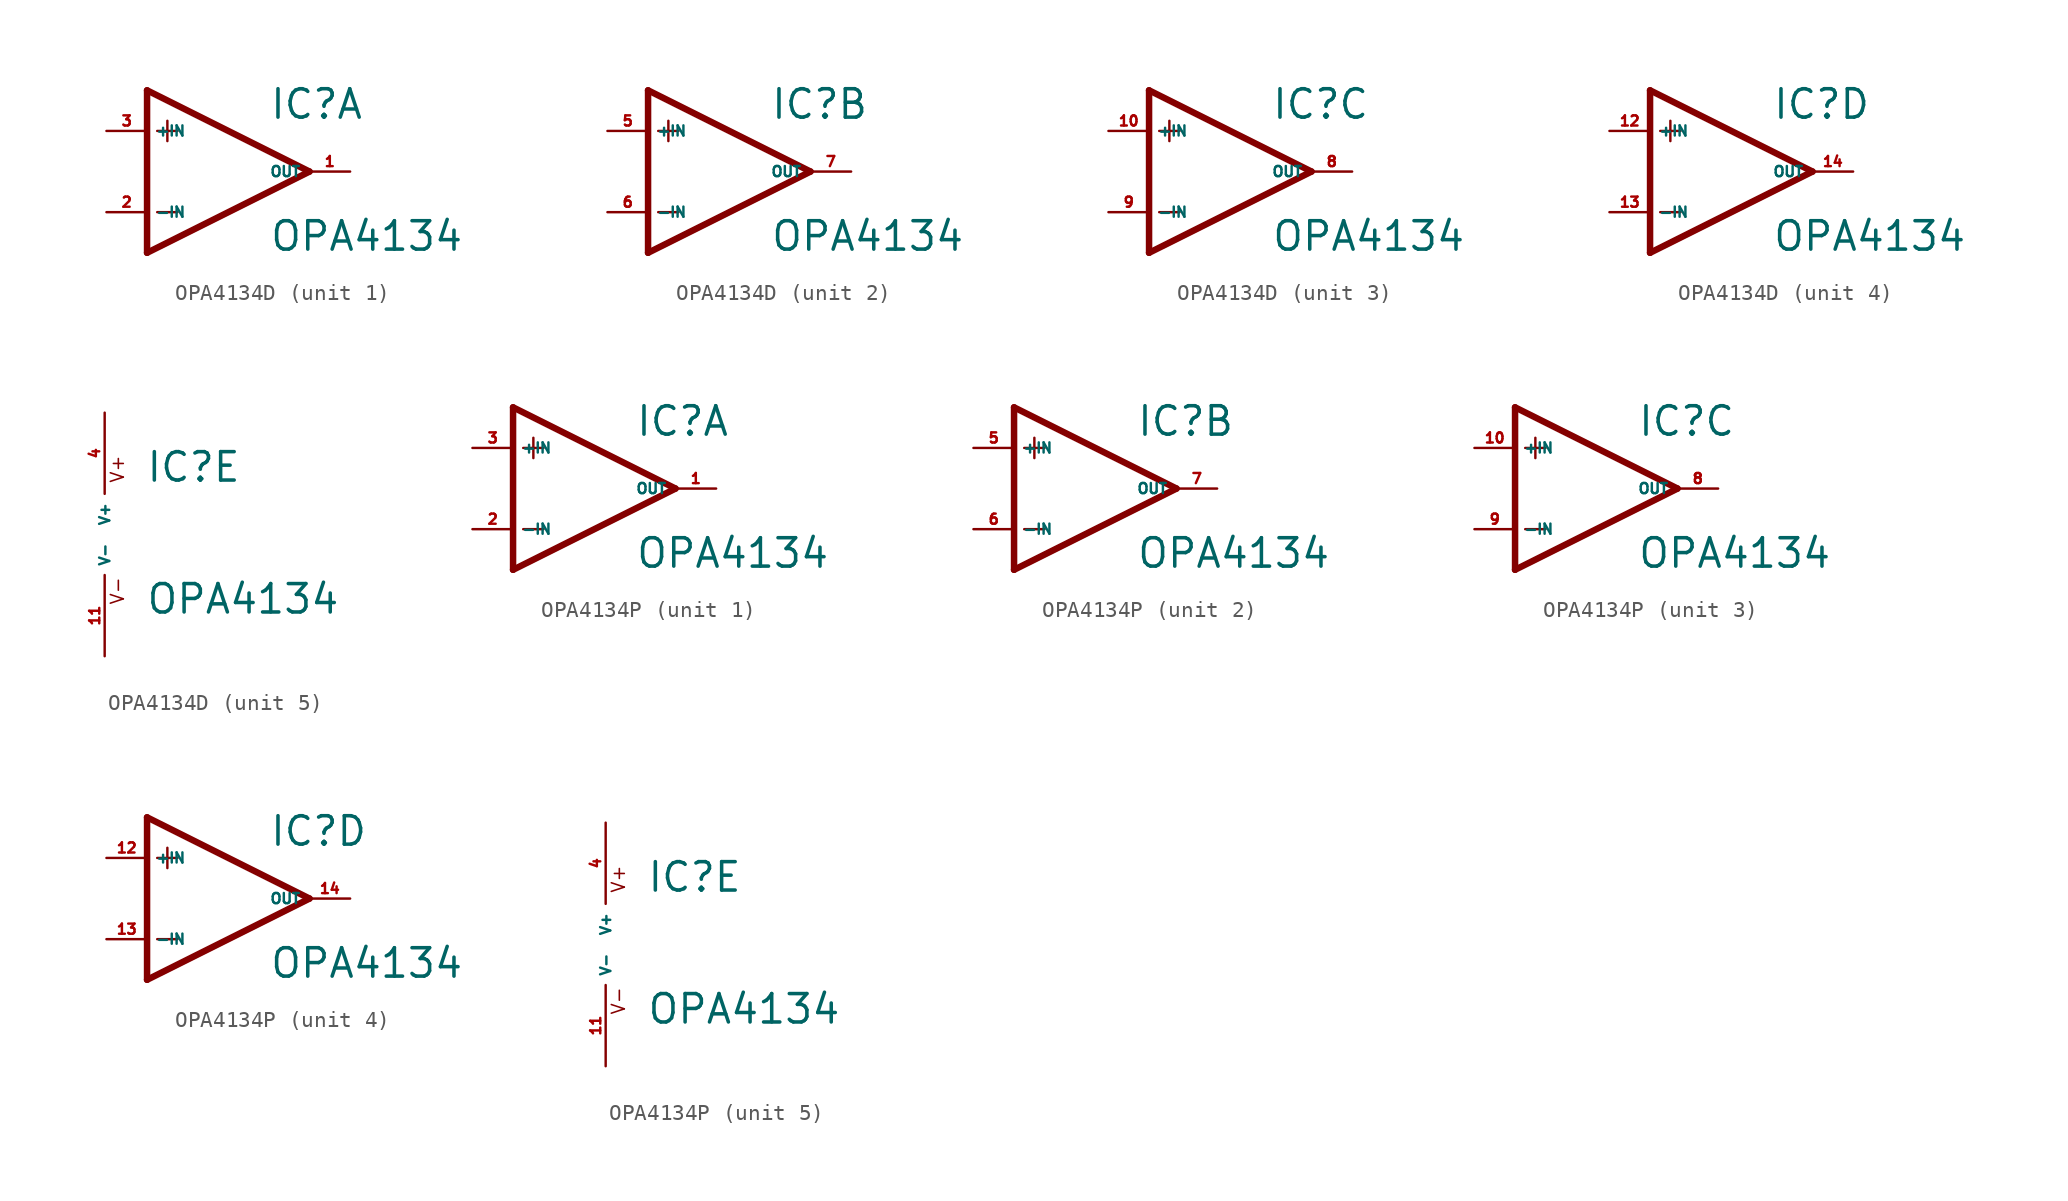
<source format=kicad_sym>
(kicad_symbol_lib
  (version 20220914)
  (generator Eagle2Kicad)
  (symbol "OPA4134D"
    (property "Reference" "IC"
      (at 2.54 3.175 0)
      (effects (font (size 1.778 1.778) (thickness 0.22)) (justify left bottom)))
    (property "Value" "OPA4134"
      (at 2.54 -5.08 0)
      (effects (font (size 1.778 1.778) (thickness 0.22)) (justify left bottom)))
    (symbol "OPA4134D_1_0"
      (polyline (pts (xy -5.08 5.08) (xy -5.08 -5.08)) (stroke (width 0.406) (type default)) (fill (type none)))
      (polyline (pts (xy -5.08 -5.08) (xy 5.08 0)) (stroke (width 0.406) (type default)) (fill (type none)))
      (polyline (pts (xy 5.08 0) (xy -5.08 5.08)) (stroke (width 0.406) (type default)) (fill (type none)))
      (polyline (pts (xy -3.81 3.175) (xy -3.81 1.905)) (stroke (width 0.152) (type default)) (fill (type none)))
      (polyline (pts (xy -4.445 2.54) (xy -3.175 2.54)) (stroke (width 0.152) (type default)) (fill (type none)))
      (polyline (pts (xy -4.445 -2.54) (xy -3.175 -2.54)) (stroke (width 0.152) (type default)) (fill (type none)))
      (pin input line (at -7.62 -2.54 0) (length 2.54) (name "-IN" (effects (font (size 0.635 0.635) (thickness 0.08)) (justify left bottom))) (number "2" (effects (font (size 0.635 0.635) (thickness 0.08)) (justify left bottom))))
      (pin input line (at -7.62 2.54 0) (length 2.54) (name "+IN" (effects (font (size 0.635 0.635) (thickness 0.08)) (justify left bottom))) (number "3" (effects (font (size 0.635 0.635) (thickness 0.08)) (justify left bottom))))
      (pin output line (at 7.62 0 180) (length 2.54) (name "OUT" (effects (font (size 0.635 0.635) (thickness 0.08)) (justify left bottom))) (number "1" (effects (font (size 0.635 0.635) (thickness 0.08)) (justify left bottom)))))
    (symbol "OPA4134D_2_0"
      (polyline (pts (xy -5.08 5.08) (xy -5.08 -5.08)) (stroke (width 0.406) (type default)) (fill (type none)))
      (polyline (pts (xy -5.08 -5.08) (xy 5.08 0)) (stroke (width 0.406) (type default)) (fill (type none)))
      (polyline (pts (xy 5.08 0) (xy -5.08 5.08)) (stroke (width 0.406) (type default)) (fill (type none)))
      (polyline (pts (xy -3.81 3.175) (xy -3.81 1.905)) (stroke (width 0.152) (type default)) (fill (type none)))
      (polyline (pts (xy -4.445 2.54) (xy -3.175 2.54)) (stroke (width 0.152) (type default)) (fill (type none)))
      (polyline (pts (xy -4.445 -2.54) (xy -3.175 -2.54)) (stroke (width 0.152) (type default)) (fill (type none)))
      (pin input line (at -7.62 -2.54 0) (length 2.54) (name "-IN" (effects (font (size 0.635 0.635) (thickness 0.08)) (justify left bottom))) (number "6" (effects (font (size 0.635 0.635) (thickness 0.08)) (justify left bottom))))
      (pin input line (at -7.62 2.54 0) (length 2.54) (name "+IN" (effects (font (size 0.635 0.635) (thickness 0.08)) (justify left bottom))) (number "5" (effects (font (size 0.635 0.635) (thickness 0.08)) (justify left bottom))))
      (pin output line (at 7.62 0 180) (length 2.54) (name "OUT" (effects (font (size 0.635 0.635) (thickness 0.08)) (justify left bottom))) (number "7" (effects (font (size 0.635 0.635) (thickness 0.08)) (justify left bottom)))))
    (symbol "OPA4134D_3_0"
      (polyline (pts (xy -5.08 5.08) (xy -5.08 -5.08)) (stroke (width 0.406) (type default)) (fill (type none)))
      (polyline (pts (xy -5.08 -5.08) (xy 5.08 0)) (stroke (width 0.406) (type default)) (fill (type none)))
      (polyline (pts (xy 5.08 0) (xy -5.08 5.08)) (stroke (width 0.406) (type default)) (fill (type none)))
      (polyline (pts (xy -3.81 3.175) (xy -3.81 1.905)) (stroke (width 0.152) (type default)) (fill (type none)))
      (polyline (pts (xy -4.445 2.54) (xy -3.175 2.54)) (stroke (width 0.152) (type default)) (fill (type none)))
      (polyline (pts (xy -4.445 -2.54) (xy -3.175 -2.54)) (stroke (width 0.152) (type default)) (fill (type none)))
      (pin input line (at -7.62 -2.54 0) (length 2.54) (name "-IN" (effects (font (size 0.635 0.635) (thickness 0.08)) (justify left bottom))) (number "9" (effects (font (size 0.635 0.635) (thickness 0.08)) (justify left bottom))))
      (pin input line (at -7.62 2.54 0) (length 2.54) (name "+IN" (effects (font (size 0.635 0.635) (thickness 0.08)) (justify left bottom))) (number "10" (effects (font (size 0.635 0.635) (thickness 0.08)) (justify left bottom))))
      (pin output line (at 7.62 0 180) (length 2.54) (name "OUT" (effects (font (size 0.635 0.635) (thickness 0.08)) (justify left bottom))) (number "8" (effects (font (size 0.635 0.635) (thickness 0.08)) (justify left bottom)))))
    (symbol "OPA4134D_4_0"
      (polyline (pts (xy -5.08 5.08) (xy -5.08 -5.08)) (stroke (width 0.406) (type default)) (fill (type none)))
      (polyline (pts (xy -5.08 -5.08) (xy 5.08 0)) (stroke (width 0.406) (type default)) (fill (type none)))
      (polyline (pts (xy 5.08 0) (xy -5.08 5.08)) (stroke (width 0.406) (type default)) (fill (type none)))
      (polyline (pts (xy -3.81 3.175) (xy -3.81 1.905)) (stroke (width 0.152) (type default)) (fill (type none)))
      (polyline (pts (xy -4.445 2.54) (xy -3.175 2.54)) (stroke (width 0.152) (type default)) (fill (type none)))
      (polyline (pts (xy -4.445 -2.54) (xy -3.175 -2.54)) (stroke (width 0.152) (type default)) (fill (type none)))
      (pin input line (at -7.62 -2.54 0) (length 2.54) (name "-IN" (effects (font (size 0.635 0.635) (thickness 0.08)) (justify left bottom))) (number "13" (effects (font (size 0.635 0.635) (thickness 0.08)) (justify left bottom))))
      (pin input line (at -7.62 2.54 0) (length 2.54) (name "+IN" (effects (font (size 0.635 0.635) (thickness 0.08)) (justify left bottom))) (number "12" (effects (font (size 0.635 0.635) (thickness 0.08)) (justify left bottom))))
      (pin output line (at 7.62 0 180) (length 2.54) (name "OUT" (effects (font (size 0.635 0.635) (thickness 0.08)) (justify left bottom))) (number "14" (effects (font (size 0.635 0.635) (thickness 0.08)) (justify left bottom)))))
    (symbol "OPA4134D_5_0"
      (text "V+" (at 1.27 3.175 900) (effects (font (size 0.813 0.813) (thickness 0.10)) (justify left bottom)))
      (text "V-" (at 1.27 -4.445 900) (effects (font (size 0.813 0.813) (thickness 0.10)) (justify left bottom)))
      (pin unspecified line (at 0 7.62 270) (length 5.08) (name "V+" (effects (font (size 0.635 0.635) (thickness 0.08)) (justify left bottom))) (number "4" (effects (font (size 0.635 0.635) (thickness 0.08)) (justify left bottom))))
      (pin unspecified line (at 0 -7.62 90) (length 5.08) (name "V-" (effects (font (size 0.635 0.635) (thickness 0.08)) (justify left bottom))) (number "11" (effects (font (size 0.635 0.635) (thickness 0.08)) (justify left bottom))))))
  (symbol "OPA4134P"
    (property "Reference" "IC"
      (at 2.54 3.175 0)
      (effects (font (size 1.778 1.778) (thickness 0.22)) (justify left bottom)))
    (property "Value" "OPA4134"
      (at 2.54 -5.08 0)
      (effects (font (size 1.778 1.778) (thickness 0.22)) (justify left bottom)))
    (symbol "OPA4134P_1_0"
      (polyline (pts (xy -5.08 5.08) (xy -5.08 -5.08)) (stroke (width 0.406) (type default)) (fill (type none)))
      (polyline (pts (xy -5.08 -5.08) (xy 5.08 0)) (stroke (width 0.406) (type default)) (fill (type none)))
      (polyline (pts (xy 5.08 0) (xy -5.08 5.08)) (stroke (width 0.406) (type default)) (fill (type none)))
      (polyline (pts (xy -3.81 3.175) (xy -3.81 1.905)) (stroke (width 0.152) (type default)) (fill (type none)))
      (polyline (pts (xy -4.445 2.54) (xy -3.175 2.54)) (stroke (width 0.152) (type default)) (fill (type none)))
      (polyline (pts (xy -4.445 -2.54) (xy -3.175 -2.54)) (stroke (width 0.152) (type default)) (fill (type none)))
      (pin input line (at -7.62 -2.54 0) (length 2.54) (name "-IN" (effects (font (size 0.635 0.635) (thickness 0.08)) (justify left bottom))) (number "2" (effects (font (size 0.635 0.635) (thickness 0.08)) (justify left bottom))))
      (pin input line (at -7.62 2.54 0) (length 2.54) (name "+IN" (effects (font (size 0.635 0.635) (thickness 0.08)) (justify left bottom))) (number "3" (effects (font (size 0.635 0.635) (thickness 0.08)) (justify left bottom))))
      (pin output line (at 7.62 0 180) (length 2.54) (name "OUT" (effects (font (size 0.635 0.635) (thickness 0.08)) (justify left bottom))) (number "1" (effects (font (size 0.635 0.635) (thickness 0.08)) (justify left bottom)))))
    (symbol "OPA4134P_2_0"
      (polyline (pts (xy -5.08 5.08) (xy -5.08 -5.08)) (stroke (width 0.406) (type default)) (fill (type none)))
      (polyline (pts (xy -5.08 -5.08) (xy 5.08 0)) (stroke (width 0.406) (type default)) (fill (type none)))
      (polyline (pts (xy 5.08 0) (xy -5.08 5.08)) (stroke (width 0.406) (type default)) (fill (type none)))
      (polyline (pts (xy -3.81 3.175) (xy -3.81 1.905)) (stroke (width 0.152) (type default)) (fill (type none)))
      (polyline (pts (xy -4.445 2.54) (xy -3.175 2.54)) (stroke (width 0.152) (type default)) (fill (type none)))
      (polyline (pts (xy -4.445 -2.54) (xy -3.175 -2.54)) (stroke (width 0.152) (type default)) (fill (type none)))
      (pin input line (at -7.62 -2.54 0) (length 2.54) (name "-IN" (effects (font (size 0.635 0.635) (thickness 0.08)) (justify left bottom))) (number "6" (effects (font (size 0.635 0.635) (thickness 0.08)) (justify left bottom))))
      (pin input line (at -7.62 2.54 0) (length 2.54) (name "+IN" (effects (font (size 0.635 0.635) (thickness 0.08)) (justify left bottom))) (number "5" (effects (font (size 0.635 0.635) (thickness 0.08)) (justify left bottom))))
      (pin output line (at 7.62 0 180) (length 2.54) (name "OUT" (effects (font (size 0.635 0.635) (thickness 0.08)) (justify left bottom))) (number "7" (effects (font (size 0.635 0.635) (thickness 0.08)) (justify left bottom)))))
    (symbol "OPA4134P_3_0"
      (polyline (pts (xy -5.08 5.08) (xy -5.08 -5.08)) (stroke (width 0.406) (type default)) (fill (type none)))
      (polyline (pts (xy -5.08 -5.08) (xy 5.08 0)) (stroke (width 0.406) (type default)) (fill (type none)))
      (polyline (pts (xy 5.08 0) (xy -5.08 5.08)) (stroke (width 0.406) (type default)) (fill (type none)))
      (polyline (pts (xy -3.81 3.175) (xy -3.81 1.905)) (stroke (width 0.152) (type default)) (fill (type none)))
      (polyline (pts (xy -4.445 2.54) (xy -3.175 2.54)) (stroke (width 0.152) (type default)) (fill (type none)))
      (polyline (pts (xy -4.445 -2.54) (xy -3.175 -2.54)) (stroke (width 0.152) (type default)) (fill (type none)))
      (pin input line (at -7.62 -2.54 0) (length 2.54) (name "-IN" (effects (font (size 0.635 0.635) (thickness 0.08)) (justify left bottom))) (number "9" (effects (font (size 0.635 0.635) (thickness 0.08)) (justify left bottom))))
      (pin input line (at -7.62 2.54 0) (length 2.54) (name "+IN" (effects (font (size 0.635 0.635) (thickness 0.08)) (justify left bottom))) (number "10" (effects (font (size 0.635 0.635) (thickness 0.08)) (justify left bottom))))
      (pin output line (at 7.62 0 180) (length 2.54) (name "OUT" (effects (font (size 0.635 0.635) (thickness 0.08)) (justify left bottom))) (number "8" (effects (font (size 0.635 0.635) (thickness 0.08)) (justify left bottom)))))
    (symbol "OPA4134P_4_0"
      (polyline (pts (xy -5.08 5.08) (xy -5.08 -5.08)) (stroke (width 0.406) (type default)) (fill (type none)))
      (polyline (pts (xy -5.08 -5.08) (xy 5.08 0)) (stroke (width 0.406) (type default)) (fill (type none)))
      (polyline (pts (xy 5.08 0) (xy -5.08 5.08)) (stroke (width 0.406) (type default)) (fill (type none)))
      (polyline (pts (xy -3.81 3.175) (xy -3.81 1.905)) (stroke (width 0.152) (type default)) (fill (type none)))
      (polyline (pts (xy -4.445 2.54) (xy -3.175 2.54)) (stroke (width 0.152) (type default)) (fill (type none)))
      (polyline (pts (xy -4.445 -2.54) (xy -3.175 -2.54)) (stroke (width 0.152) (type default)) (fill (type none)))
      (pin input line (at -7.62 -2.54 0) (length 2.54) (name "-IN" (effects (font (size 0.635 0.635) (thickness 0.08)) (justify left bottom))) (number "13" (effects (font (size 0.635 0.635) (thickness 0.08)) (justify left bottom))))
      (pin input line (at -7.62 2.54 0) (length 2.54) (name "+IN" (effects (font (size 0.635 0.635) (thickness 0.08)) (justify left bottom))) (number "12" (effects (font (size 0.635 0.635) (thickness 0.08)) (justify left bottom))))
      (pin output line (at 7.62 0 180) (length 2.54) (name "OUT" (effects (font (size 0.635 0.635) (thickness 0.08)) (justify left bottom))) (number "14" (effects (font (size 0.635 0.635) (thickness 0.08)) (justify left bottom)))))
    (symbol "OPA4134P_5_0"
      (text "V+" (at 1.27 3.175 900) (effects (font (size 0.813 0.813) (thickness 0.10)) (justify left bottom)))
      (text "V-" (at 1.27 -4.445 900) (effects (font (size 0.813 0.813) (thickness 0.10)) (justify left bottom)))
      (pin unspecified line (at 0 7.62 270) (length 5.08) (name "V+" (effects (font (size 0.635 0.635) (thickness 0.08)) (justify left bottom))) (number "4" (effects (font (size 0.635 0.635) (thickness 0.08)) (justify left bottom))))
      (pin unspecified line (at 0 -7.62 90) (length 5.08) (name "V-" (effects (font (size 0.635 0.635) (thickness 0.08)) (justify left bottom))) (number "11" (effects (font (size 0.635 0.635) (thickness 0.08)) (justify left bottom)))))))
</source>
